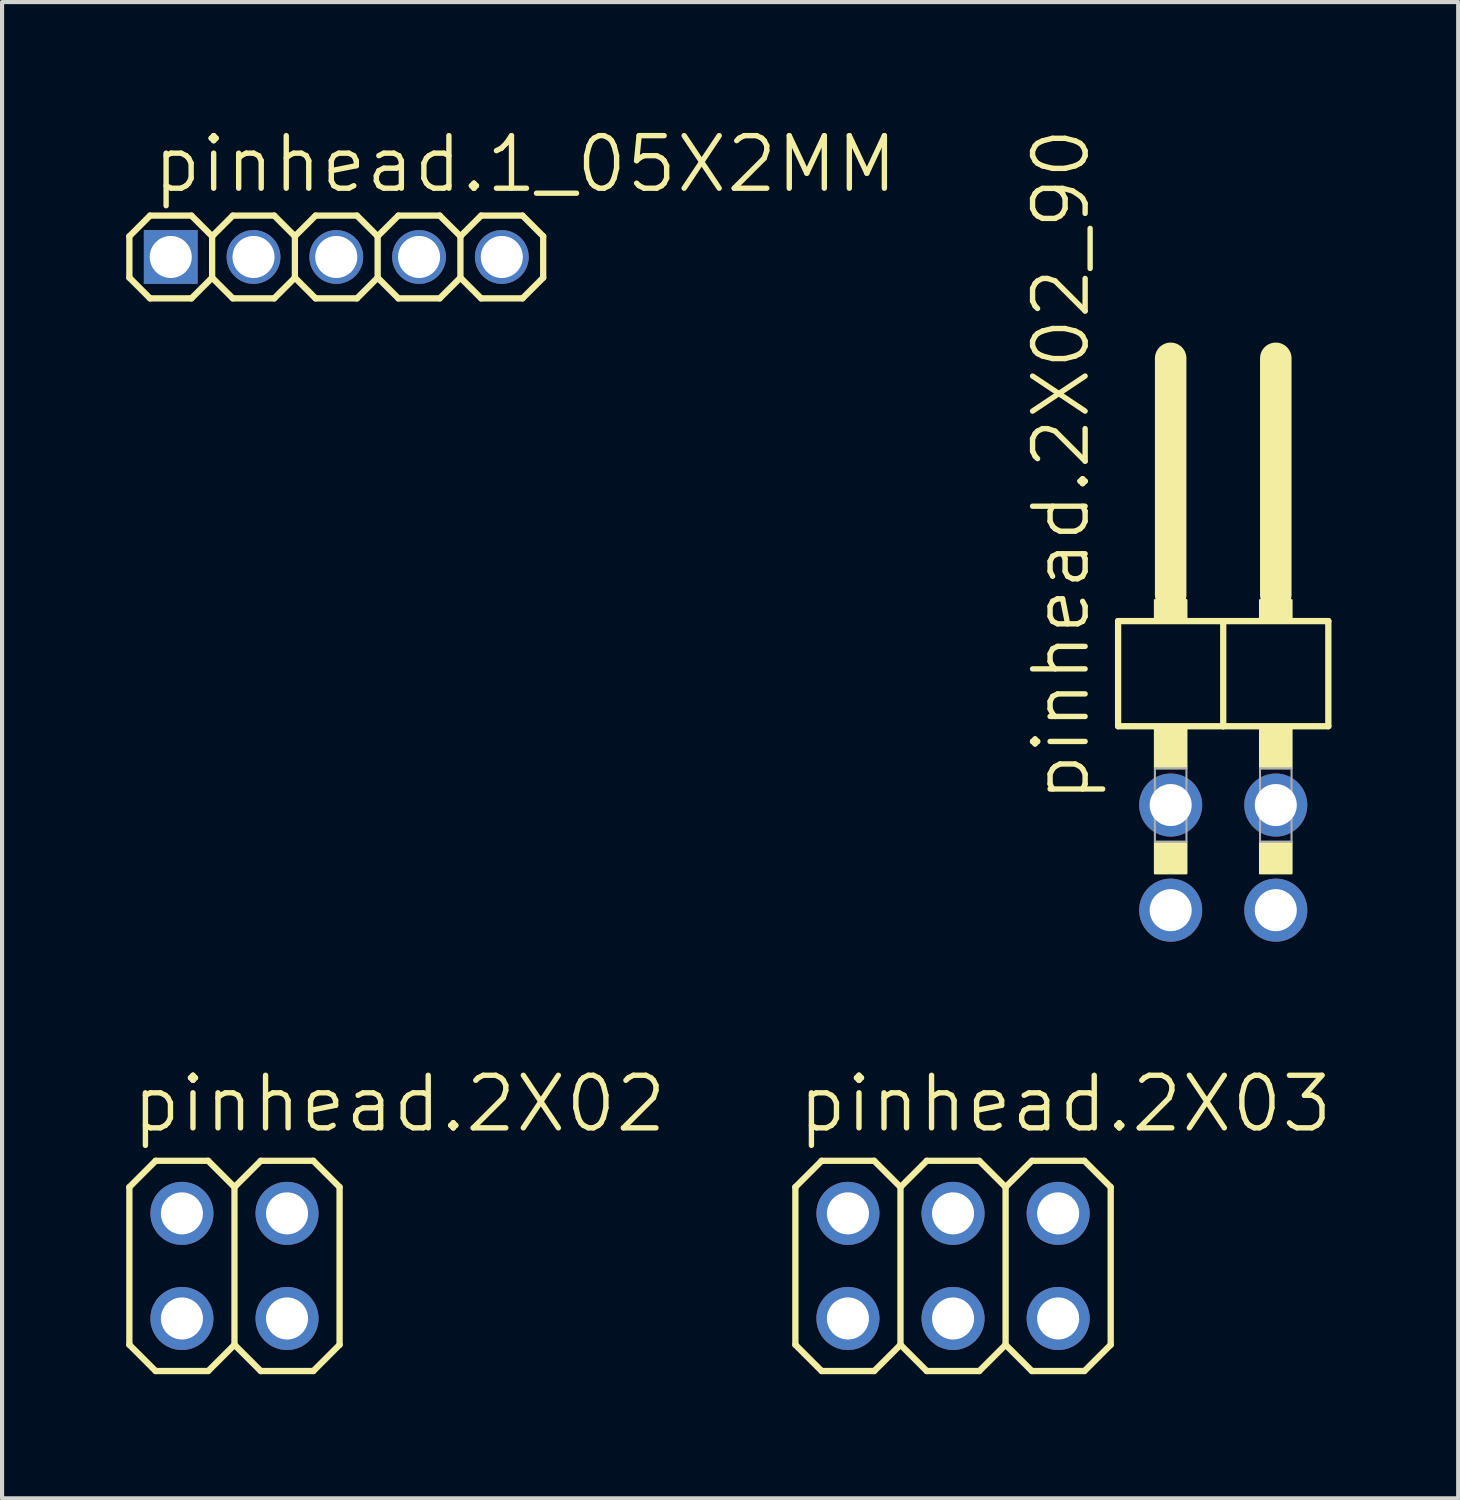
<source format=kicad_pcb>
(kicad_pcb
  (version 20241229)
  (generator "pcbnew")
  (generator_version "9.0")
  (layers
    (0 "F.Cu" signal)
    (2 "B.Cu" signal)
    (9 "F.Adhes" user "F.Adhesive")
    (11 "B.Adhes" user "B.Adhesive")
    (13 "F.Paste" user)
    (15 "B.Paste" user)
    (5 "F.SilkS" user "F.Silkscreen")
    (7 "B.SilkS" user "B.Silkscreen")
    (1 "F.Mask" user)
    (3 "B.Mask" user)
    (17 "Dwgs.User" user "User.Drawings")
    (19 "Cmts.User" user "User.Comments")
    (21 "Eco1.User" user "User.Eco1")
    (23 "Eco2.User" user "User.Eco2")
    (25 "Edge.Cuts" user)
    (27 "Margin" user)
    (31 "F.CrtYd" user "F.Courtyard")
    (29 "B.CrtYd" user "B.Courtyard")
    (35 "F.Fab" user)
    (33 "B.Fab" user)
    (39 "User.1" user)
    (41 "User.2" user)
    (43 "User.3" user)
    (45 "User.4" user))
  (footprint "pinhead.1_05X2MM"
    (layer "F.Cu")
    (at 5.076 3.16)
    (property "Reference" "pinhead.1_05X2MM" (at -4.5 -1.5 0) (layer "F.SilkS") (effects (font (size 1.27 1.27) (thickness 0.13)) (justify left bottom)))
    (attr through_hole)
    (fp_line (start -5 -0.5) (end -5 0.5) (stroke (width 0.152) (type default)) (layer "F.SilkS"))
    (fp_line (start -5 -0.5) (end -4.5 -1) (stroke (width 0.152) (type default)) (layer "F.SilkS"))
    (fp_line (start -4.5 -1) (end -3.5 -1) (stroke (width 0.152) (type default)) (layer "F.SilkS"))
    (fp_line (start -4.5 1) (end -5 0.5) (stroke (width 0.152) (type default)) (layer "F.SilkS"))
    (fp_line (start -3.5 -1) (end -3 -0.5) (stroke (width 0.152) (type default)) (layer "F.SilkS"))
    (fp_line (start -3.5 1) (end -4.5 1) (stroke (width 0.152) (type default)) (layer "F.SilkS"))
    (fp_line (start -3 -0.5) (end -3 0.5) (stroke (width 0.152) (type default)) (layer "F.SilkS"))
    (fp_line (start -3 -0.5) (end -2.5 -1) (stroke (width 0.152) (type default)) (layer "F.SilkS"))
    (fp_line (start -3 0.5) (end -3.5 1) (stroke (width 0.152) (type default)) (layer "F.SilkS"))
    (fp_line (start -2.5 -1) (end -1.5 -1) (stroke (width 0.152) (type default)) (layer "F.SilkS"))
    (fp_line (start -2.5 1) (end -3 0.5) (stroke (width 0.152) (type default)) (layer "F.SilkS"))
    (fp_line (start -1.5 -1) (end -1 -0.5) (stroke (width 0.152) (type default)) (layer "F.SilkS"))
    (fp_line (start -1.5 1) (end -2.5 1) (stroke (width 0.152) (type default)) (layer "F.SilkS"))
    (fp_line (start -1 -0.5) (end -1 0.5) (stroke (width 0.152) (type default)) (layer "F.SilkS"))
    (fp_line (start -1 -0.5) (end -0.5 -1) (stroke (width 0.152) (type default)) (layer "F.SilkS"))
    (fp_line (start -1 0.5) (end -1.5 1) (stroke (width 0.152) (type default)) (layer "F.SilkS"))
    (fp_line (start -0.5 -1) (end 0.5 -1) (stroke (width 0.152) (type default)) (layer "F.SilkS"))
    (fp_line (start -0.5 1) (end -1 0.5) (stroke (width 0.152) (type default)) (layer "F.SilkS"))
    (fp_line (start 0.5 -1) (end 1 -0.5) (stroke (width 0.152) (type default)) (layer "F.SilkS"))
    (fp_line (start 0.5 1) (end -0.5 1) (stroke (width 0.152) (type default)) (layer "F.SilkS"))
    (fp_line (start 1 -0.5) (end 1 0.5) (stroke (width 0.152) (type default)) (layer "F.SilkS"))
    (fp_line (start 1 -0.5) (end 1.5 -1) (stroke (width 0.152) (type default)) (layer "F.SilkS"))
    (fp_line (start 1 0.5) (end 0.5 1) (stroke (width 0.152) (type default)) (layer "F.SilkS"))
    (fp_line (start 1.5 -1) (end 2.5 -1) (stroke (width 0.152) (type default)) (layer "F.SilkS"))
    (fp_line (start 1.5 1) (end 1 0.5) (stroke (width 0.152) (type default)) (layer "F.SilkS"))
    (fp_line (start 2.5 -1) (end 3 -0.5) (stroke (width 0.152) (type default)) (layer "F.SilkS"))
    (fp_line (start 2.5 1) (end 1.5 1) (stroke (width 0.152) (type default)) (layer "F.SilkS"))
    (fp_line (start 3 -0.5) (end 3 0.5) (stroke (width 0.152) (type default)) (layer "F.SilkS"))
    (fp_line (start 3 -0.5) (end 3.5 -1) (stroke (width 0.152) (type default)) (layer "F.SilkS"))
    (fp_line (start 3 0.5) (end 2.5 1) (stroke (width 0.152) (type default)) (layer "F.SilkS"))
    (fp_line (start 3.5 -1) (end 4.5 -1) (stroke (width 0.152) (type default)) (layer "F.SilkS"))
    (fp_line (start 3.5 1) (end 3 0.5) (stroke (width 0.152) (type default)) (layer "F.SilkS"))
    (fp_line (start 4.5 -1) (end 5 -0.5) (stroke (width 0.152) (type default)) (layer "F.SilkS"))
    (fp_line (start 4.5 1) (end 3.5 1) (stroke (width 0.152) (type default)) (layer "F.SilkS"))
    (fp_line (start 5 -0.5) (end 5 0.5) (stroke (width 0.152) (type default)) (layer "F.SilkS"))
    (fp_line (start 5 0.5) (end 4.5 1) (stroke (width 0.152) (type default)) (layer "F.SilkS"))
    (fp_rect (start -4.254 0.254) (end -3.746 -0.254) (stroke (width 0.05) (type default)) (fill no) (layer "F.Fab"))
    (fp_rect (start -2.254 0.254) (end -1.746 -0.254) (stroke (width 0.05) (type default)) (fill no) (layer "F.Fab"))
    (fp_rect (start -0.254 0.254) (end 0.254 -0.254) (stroke (width 0.05) (type default)) (fill no) (layer "F.Fab"))
    (fp_rect (start 1.746 0.254) (end 2.254 -0.254) (stroke (width 0.05) (type default)) (fill no) (layer "F.Fab"))
    (fp_rect (start 3.746 0.254) (end 4.254 -0.254) (stroke (width 0.05) (type default)) (fill no) (layer "F.Fab"))
    (pad "1" thru_hole rect (at -4 0 90) (size 1.3 1.3) (drill 1.016) (layers "*.Cu" "*.Mask"))
    (pad "2" thru_hole circle (at 0 0 90) (size 1.3 1.3) (drill 1.016) (layers "*.Cu" "*.Mask"))
    (pad "3" thru_hole circle (at -2 0 90) (size 1.3 1.3) (drill 1.016) (layers "*.Cu" "*.Mask"))
    (pad "4" thru_hole circle (at 2 0 90) (size 1.3 1.3) (drill 1.016) (layers "*.Cu" "*.Mask"))
    (pad "5" thru_hole circle (at 4 0 90) (size 1.3 1.3) (drill 1.016) (layers "*.Cu" "*.Mask")))
  (footprint "pinhead.2X03"
    (layer "F.Cu")
    (at 19.98 27.541)
    (property "Reference" "pinhead.2X03" (at -3.81 -3.175 0) (layer "F.SilkS") (effects (font (size 1.27 1.27) (thickness 0.13)) (justify left bottom)))
    (attr through_hole)
    (fp_line (start -3.81 -1.905) (end -3.175 -2.54) (stroke (width 0.152) (type default)) (layer "F.SilkS"))
    (fp_line (start -3.81 1.905) (end -3.81 -1.905) (stroke (width 0.152) (type default)) (layer "F.SilkS"))
    (fp_line (start -3.81 1.905) (end -3.175 2.54) (stroke (width 0.152) (type default)) (layer "F.SilkS"))
    (fp_line (start -3.175 -2.54) (end -1.905 -2.54) (stroke (width 0.152) (type default)) (layer "F.SilkS"))
    (fp_line (start -3.175 2.54) (end -1.905 2.54) (stroke (width 0.152) (type default)) (layer "F.SilkS"))
    (fp_line (start -1.905 -2.54) (end -1.27 -1.905) (stroke (width 0.152) (type default)) (layer "F.SilkS"))
    (fp_line (start -1.905 2.54) (end -1.27 1.905) (stroke (width 0.152) (type default)) (layer "F.SilkS"))
    (fp_line (start -1.27 -1.905) (end -1.27 1.905) (stroke (width 0.152) (type default)) (layer "F.SilkS"))
    (fp_line (start -1.27 -1.905) (end -0.635 -2.54) (stroke (width 0.152) (type default)) (layer "F.SilkS"))
    (fp_line (start -1.27 1.905) (end -0.635 2.54) (stroke (width 0.152) (type default)) (layer "F.SilkS"))
    (fp_line (start -0.635 -2.54) (end 0.635 -2.54) (stroke (width 0.152) (type default)) (layer "F.SilkS"))
    (fp_line (start -0.635 2.54) (end 0.635 2.54) (stroke (width 0.152) (type default)) (layer "F.SilkS"))
    (fp_line (start 0.635 -2.54) (end 1.27 -1.905) (stroke (width 0.152) (type default)) (layer "F.SilkS"))
    (fp_line (start 0.635 2.54) (end 1.27 1.905) (stroke (width 0.152) (type default)) (layer "F.SilkS"))
    (fp_line (start 1.27 -1.905) (end 1.27 1.905) (stroke (width 0.152) (type default)) (layer "F.SilkS"))
    (fp_line (start 1.27 -1.905) (end 1.905 -2.54) (stroke (width 0.152) (type default)) (layer "F.SilkS"))
    (fp_line (start 1.27 1.905) (end 1.905 2.54) (stroke (width 0.152) (type default)) (layer "F.SilkS"))
    (fp_line (start 1.905 -2.54) (end 3.175 -2.54) (stroke (width 0.152) (type default)) (layer "F.SilkS"))
    (fp_line (start 1.905 2.54) (end 3.175 2.54) (stroke (width 0.152) (type default)) (layer "F.SilkS"))
    (fp_line (start 3.175 -2.54) (end 3.81 -1.905) (stroke (width 0.152) (type default)) (layer "F.SilkS"))
    (fp_line (start 3.175 2.54) (end 3.81 1.905) (stroke (width 0.152) (type default)) (layer "F.SilkS"))
    (fp_line (start 3.81 -1.905) (end 3.81 1.905) (stroke (width 0.152) (type default)) (layer "F.SilkS"))
    (fp_rect (start -2.794 -1.016) (end -2.286 -1.524) (stroke (width 0.05) (type default)) (fill no) (layer "F.Fab"))
    (fp_rect (start -2.794 1.524) (end -2.286 1.016) (stroke (width 0.05) (type default)) (fill no) (layer "F.Fab"))
    (fp_rect (start -0.254 -1.016) (end 0.254 -1.524) (stroke (width 0.05) (type default)) (fill no) (layer "F.Fab"))
    (fp_rect (start -0.254 1.524) (end 0.254 1.016) (stroke (width 0.05) (type default)) (fill no) (layer "F.Fab"))
    (fp_rect (start 2.286 -1.016) (end 2.794 -1.524) (stroke (width 0.05) (type default)) (fill no) (layer "F.Fab"))
    (fp_rect (start 2.286 1.524) (end 2.794 1.016) (stroke (width 0.05) (type default)) (fill no) (layer "F.Fab"))
    (pad "1" thru_hole circle (at -2.54 1.27) (size 1.524 1.524) (drill 1.016) (layers "*.Cu" "*.Mask"))
    (pad "2" thru_hole circle (at -2.54 -1.27) (size 1.524 1.524) (drill 1.016) (layers "*.Cu" "*.Mask"))
    (pad "3" thru_hole circle (at 0 1.27) (size 1.524 1.524) (drill 1.016) (layers "*.Cu" "*.Mask"))
    (pad "4" thru_hole circle (at 0 -1.27) (size 1.524 1.524) (drill 1.016) (layers "*.Cu" "*.Mask"))
    (pad "5" thru_hole circle (at 2.54 1.27) (size 1.524 1.524) (drill 1.016) (layers "*.Cu" "*.Mask"))
    (pad "6" thru_hole circle (at 2.54 -1.27) (size 1.524 1.524) (drill 1.016) (layers "*.Cu" "*.Mask")))
  (footprint "pinhead.2X02_90"
    (layer "F.Cu")
    (at 26.509 12.594)
    (property "Reference" "pinhead.2X02_90" (at -3.175 3.81 90) (layer "F.SilkS") (effects (font (size 1.27 1.27) (thickness 0.13)) (justify left bottom)))
    (attr through_hole)
    (fp_line (start -2.54 -0.635) (end -2.54 1.905) (stroke (width 0.152) (type default)) (layer "F.SilkS"))
    (fp_line (start -2.54 1.905) (end 0 1.905) (stroke (width 0.152) (type default)) (layer "F.SilkS"))
    (fp_line (start -1.27 -6.985) (end -1.27 -1.27) (stroke (width 0.762) (type default)) (layer "F.SilkS"))
    (fp_line (start 0 -0.635) (end -2.54 -0.635) (stroke (width 0.152) (type default)) (layer "F.SilkS"))
    (fp_line (start 0 1.905) (end 0 -0.635) (stroke (width 0.152) (type default)) (layer "F.SilkS"))
    (fp_line (start 0 1.905) (end 2.54 1.905) (stroke (width 0.152) (type default)) (layer "F.SilkS"))
    (fp_line (start 1.27 -6.985) (end 1.27 -1.27) (stroke (width 0.762) (type default)) (layer "F.SilkS"))
    (fp_line (start 2.54 -0.635) (end 0 -0.635) (stroke (width 0.152) (type default)) (layer "F.SilkS"))
    (fp_line (start 2.54 1.905) (end 2.54 -0.635) (stroke (width 0.152) (type default)) (layer "F.SilkS"))
    (fp_rect (start -1.651 -0.635) (end -0.889 -1.143) (stroke (width 0.05) (type default)) (fill yes) (layer "F.SilkS"))
    (fp_rect (start -1.651 2.921) (end -0.889 1.905) (stroke (width 0.05) (type default)) (fill yes) (layer "F.SilkS"))
    (fp_rect (start -1.651 5.461) (end -0.889 4.699) (stroke (width 0.05) (type default)) (fill yes) (layer "F.SilkS"))
    (fp_rect (start 0.889 -0.635) (end 1.651 -1.143) (stroke (width 0.05) (type default)) (fill yes) (layer "F.SilkS"))
    (fp_rect (start 0.889 2.921) (end 1.651 1.905) (stroke (width 0.05) (type default)) (fill yes) (layer "F.SilkS"))
    (fp_rect (start 0.889 5.461) (end 1.651 4.699) (stroke (width 0.05) (type default)) (fill yes) (layer "F.SilkS"))
    (fp_rect (start -1.651 4.699) (end -0.889 2.921) (stroke (width 0.05) (type default)) (fill no) (layer "F.Fab"))
    (fp_rect (start 0.889 4.699) (end 1.651 2.921) (stroke (width 0.05) (type default)) (fill no) (layer "F.Fab"))
    (pad "1" thru_hole circle (at -1.27 6.35) (size 1.524 1.524) (drill 1.016) (layers "*.Cu" "*.Mask"))
    (pad "2" thru_hole circle (at -1.27 3.81) (size 1.524 1.524) (drill 1.016) (layers "*.Cu" "*.Mask"))
    (pad "3" thru_hole circle (at 1.27 6.35) (size 1.524 1.524) (drill 1.016) (layers "*.Cu" "*.Mask"))
    (pad "4" thru_hole circle (at 1.27 3.81) (size 1.524 1.524) (drill 1.016) (layers "*.Cu" "*.Mask")))
  (footprint "pinhead.2X02"
    (layer "F.Cu")
    (at 2.616 27.541)
    (property "Reference" "pinhead.2X02" (at -2.54 -3.175 0) (layer "F.SilkS") (effects (font (size 1.27 1.27) (thickness 0.13)) (justify left bottom)))
    (attr through_hole)
    (fp_line (start -2.54 -1.905) (end -1.905 -2.54) (stroke (width 0.152) (type default)) (layer "F.SilkS"))
    (fp_line (start -2.54 1.905) (end -2.54 -1.905) (stroke (width 0.152) (type default)) (layer "F.SilkS"))
    (fp_line (start -2.54 1.905) (end -1.905 2.54) (stroke (width 0.152) (type default)) (layer "F.SilkS"))
    (fp_line (start -1.905 -2.54) (end -0.635 -2.54) (stroke (width 0.152) (type default)) (layer "F.SilkS"))
    (fp_line (start -1.905 2.54) (end -0.635 2.54) (stroke (width 0.152) (type default)) (layer "F.SilkS"))
    (fp_line (start -0.635 -2.54) (end 0 -1.905) (stroke (width 0.152) (type default)) (layer "F.SilkS"))
    (fp_line (start -0.635 2.54) (end 0 1.905) (stroke (width 0.152) (type default)) (layer "F.SilkS"))
    (fp_line (start 0 -1.905) (end 0 1.905) (stroke (width 0.152) (type default)) (layer "F.SilkS"))
    (fp_line (start 0 -1.905) (end 0.635 -2.54) (stroke (width 0.152) (type default)) (layer "F.SilkS"))
    (fp_line (start 0 1.905) (end 0.635 2.54) (stroke (width 0.152) (type default)) (layer "F.SilkS"))
    (fp_line (start 0.635 -2.54) (end 1.905 -2.54) (stroke (width 0.152) (type default)) (layer "F.SilkS"))
    (fp_line (start 0.635 2.54) (end 1.905 2.54) (stroke (width 0.152) (type default)) (layer "F.SilkS"))
    (fp_line (start 1.905 -2.54) (end 2.54 -1.905) (stroke (width 0.152) (type default)) (layer "F.SilkS"))
    (fp_line (start 1.905 2.54) (end 2.54 1.905) (stroke (width 0.152) (type default)) (layer "F.SilkS"))
    (fp_line (start 2.54 -1.905) (end 2.54 1.905) (stroke (width 0.152) (type default)) (layer "F.SilkS"))
    (fp_rect (start -1.524 -1.016) (end -1.016 -1.524) (stroke (width 0.05) (type default)) (fill no) (layer "F.Fab"))
    (fp_rect (start -1.524 1.524) (end -1.016 1.016) (stroke (width 0.05) (type default)) (fill no) (layer "F.Fab"))
    (fp_rect (start 1.016 -1.016) (end 1.524 -1.524) (stroke (width 0.05) (type default)) (fill no) (layer "F.Fab"))
    (fp_rect (start 1.016 1.524) (end 1.524 1.016) (stroke (width 0.05) (type default)) (fill no) (layer "F.Fab"))
    (pad "1" thru_hole circle (at -1.27 1.27) (size 1.524 1.524) (drill 1.016) (layers "*.Cu" "*.Mask"))
    (pad "2" thru_hole circle (at -1.27 -1.27) (size 1.524 1.524) (drill 1.016) (layers "*.Cu" "*.Mask"))
    (pad "3" thru_hole circle (at 1.27 1.27) (size 1.524 1.524) (drill 1.016) (layers "*.Cu" "*.Mask"))
    (pad "4" thru_hole circle (at 1.27 -1.27) (size 1.524 1.524) (drill 1.016) (layers "*.Cu" "*.Mask")))
  (gr_rect
    (start -3 -3)
    (end 32.187 33.157)
    (stroke (width 0.1) (type default))
    (fill no)
    (layer "Edge.Cuts")))
</source>
